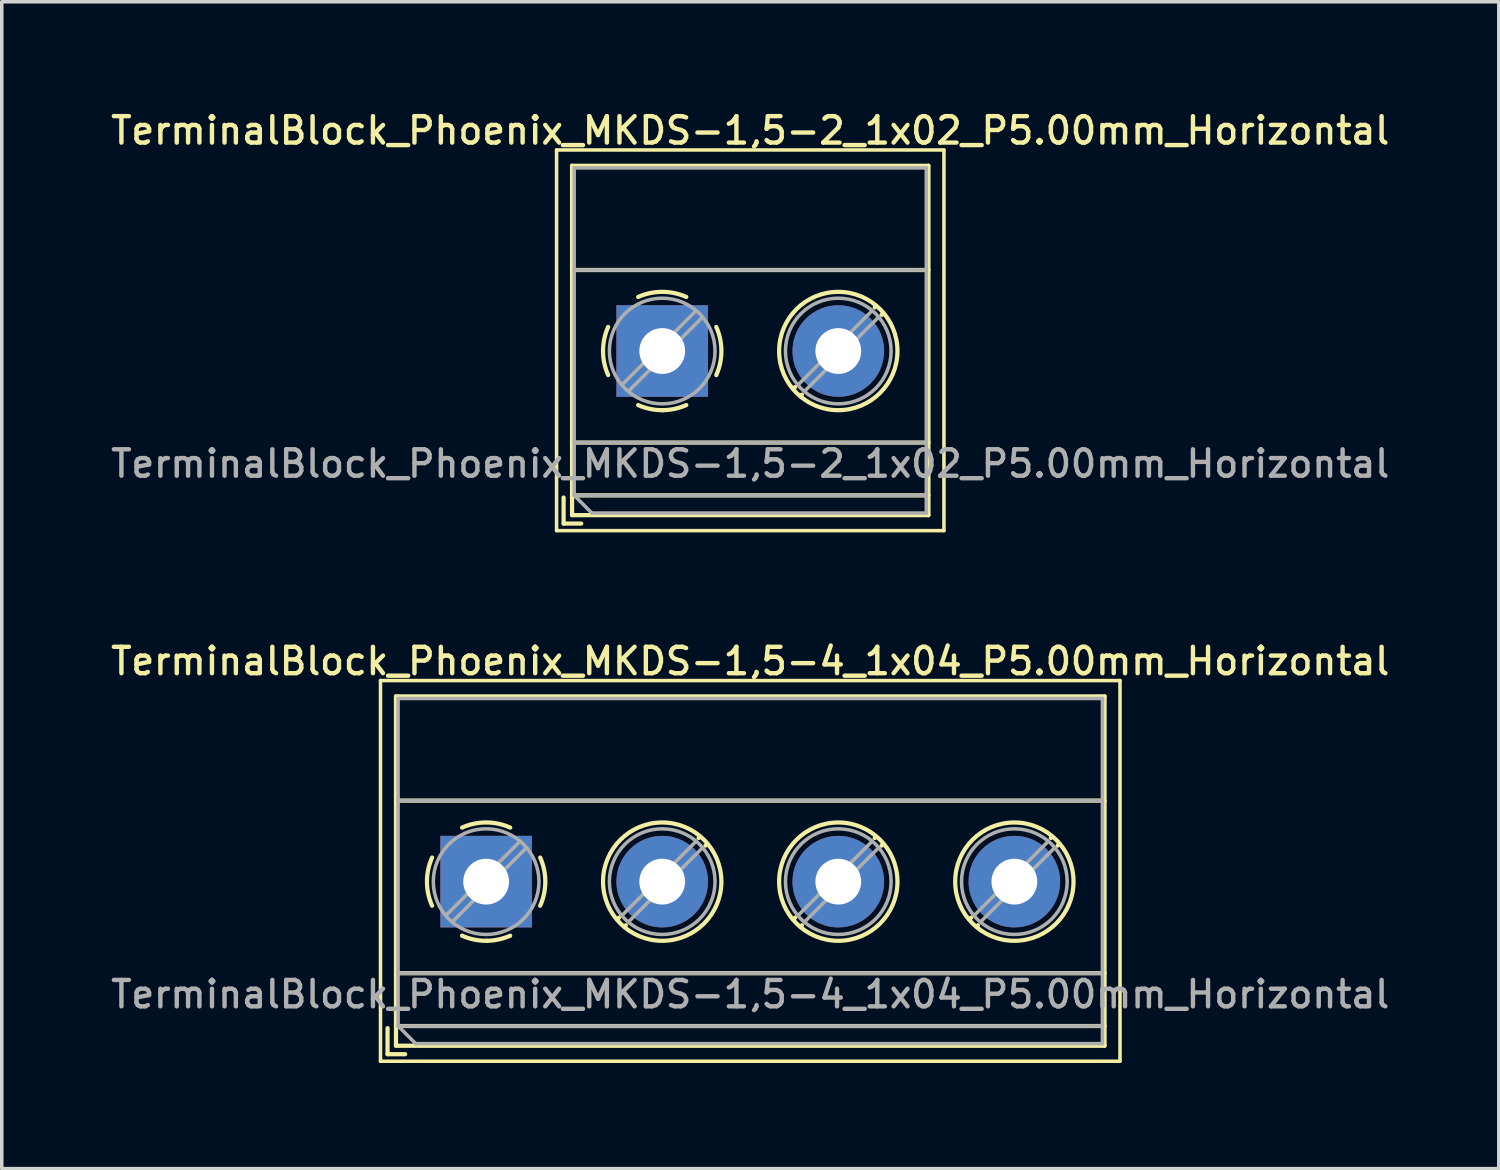
<source format=kicad_pcb>
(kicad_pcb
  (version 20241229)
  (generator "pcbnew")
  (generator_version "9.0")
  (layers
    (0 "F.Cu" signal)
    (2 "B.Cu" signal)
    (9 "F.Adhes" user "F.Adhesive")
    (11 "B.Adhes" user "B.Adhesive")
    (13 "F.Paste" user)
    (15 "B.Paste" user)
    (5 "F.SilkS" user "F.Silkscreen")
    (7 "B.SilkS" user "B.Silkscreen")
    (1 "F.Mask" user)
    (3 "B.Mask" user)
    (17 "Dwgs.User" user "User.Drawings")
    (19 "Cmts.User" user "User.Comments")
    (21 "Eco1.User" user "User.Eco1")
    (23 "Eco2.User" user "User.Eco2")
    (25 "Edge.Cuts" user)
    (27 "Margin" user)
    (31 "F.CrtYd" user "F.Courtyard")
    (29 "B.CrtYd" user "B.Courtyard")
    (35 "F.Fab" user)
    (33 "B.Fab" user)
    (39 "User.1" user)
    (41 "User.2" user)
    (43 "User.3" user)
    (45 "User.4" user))
  (footprint "TerminalBlock_Phoenix_MKDS-1,5-4_1x04_P5.00mm_Horizontal"
    (layer "F.Cu")
    (at 10.755 21.986)
    (property "Reference" "TerminalBlock_Phoenix_MKDS-1,5-4_1x04_P5.00mm_Horizontal" (at 7.5 -6.26 0) (layer "F.SilkS") (effects (font (size 0.75 0.75) (thickness 0.125))))
    (attr through_hole)
    (fp_line (start -3 -5.71) (end -3 5.1) (stroke (width 0.1) (type solid)) (layer "F.SilkS"))
    (fp_line (start -3 5.1) (end 18 5.1) (stroke (width 0.1) (type solid)) (layer "F.SilkS"))
    (fp_line (start -2.8 4.16) (end -2.8 4.9) (stroke (width 0.12) (type solid)) (layer "F.SilkS"))
    (fp_line (start -2.8 4.9) (end -2.3 4.9) (stroke (width 0.12) (type solid)) (layer "F.SilkS"))
    (fp_line (start -2.56 -5.261) (end -2.56 4.66) (stroke (width 0.12) (type solid)) (layer "F.SilkS"))
    (fp_line (start -2.56 -5.261) (end 17.561 -5.261) (stroke (width 0.12) (type solid)) (layer "F.SilkS"))
    (fp_line (start -2.56 -2.301) (end 17.561 -2.301) (stroke (width 0.12) (type solid)) (layer "F.SilkS"))
    (fp_line (start -2.56 2.6) (end 17.561 2.6) (stroke (width 0.12) (type solid)) (layer "F.SilkS"))
    (fp_line (start -2.56 4.1) (end 17.561 4.1) (stroke (width 0.12) (type solid)) (layer "F.SilkS"))
    (fp_line (start -2.56 4.66) (end 17.561 4.66) (stroke (width 0.12) (type solid)) (layer "F.SilkS"))
    (fp_line (start 3.773 1.023) (end 3.726 1.069) (stroke (width 0.12) (type solid)) (layer "F.SilkS"))
    (fp_line (start 3.966 1.239) (end 3.931 1.274) (stroke (width 0.12) (type solid)) (layer "F.SilkS"))
    (fp_line (start 6.07 -1.275) (end 6.035 -1.239) (stroke (width 0.12) (type solid)) (layer "F.SilkS"))
    (fp_line (start 6.275 -1.069) (end 6.228 -1.023) (stroke (width 0.12) (type solid)) (layer "F.SilkS"))
    (fp_line (start 8.773 1.023) (end 8.726 1.069) (stroke (width 0.12) (type solid)) (layer "F.SilkS"))
    (fp_line (start 8.966 1.239) (end 8.931 1.274) (stroke (width 0.12) (type solid)) (layer "F.SilkS"))
    (fp_line (start 11.07 -1.275) (end 11.035 -1.239) (stroke (width 0.12) (type solid)) (layer "F.SilkS"))
    (fp_line (start 11.275 -1.069) (end 11.228 -1.023) (stroke (width 0.12) (type solid)) (layer "F.SilkS"))
    (fp_line (start 13.773 1.023) (end 13.726 1.069) (stroke (width 0.12) (type solid)) (layer "F.SilkS"))
    (fp_line (start 13.966 1.239) (end 13.931 1.274) (stroke (width 0.12) (type solid)) (layer "F.SilkS"))
    (fp_line (start 16.07 -1.275) (end 16.035 -1.239) (stroke (width 0.12) (type solid)) (layer "F.SilkS"))
    (fp_line (start 16.275 -1.069) (end 16.228 -1.023) (stroke (width 0.12) (type solid)) (layer "F.SilkS"))
    (fp_line (start 17.561 -5.261) (end 17.561 4.66) (stroke (width 0.12) (type solid)) (layer "F.SilkS"))
    (fp_line (start 18 -5.71) (end -3 -5.71) (stroke (width 0.1) (type solid)) (layer "F.SilkS"))
    (fp_line (start 18 5.1) (end 18 -5.71) (stroke (width 0.1) (type solid)) (layer "F.SilkS"))
    (fp_arc (start -1.535427 0.683042) (mid -1.680501 -0.000524) (end -1.535 -0.684) (stroke (width 0.12) (type solid)) (layer "F.SilkS"))
    (fp_arc (start -0.683042 -1.535427) (mid 0.000524 -1.680501) (end 0.684 -1.535) (stroke (width 0.12) (type solid)) (layer "F.SilkS"))
    (fp_arc (start 0.028805 1.680253) (mid -0.335551 1.646659) (end -0.684 1.535) (stroke (width 0.12) (type solid)) (layer "F.SilkS"))
    (fp_arc (start 0.683318 1.534756) (mid 0.349292 1.643288) (end 0 1.68) (stroke (width 0.12) (type solid)) (layer "F.SilkS"))
    (fp_arc (start 1.535427 -0.683042) (mid 1.680501 0.000524) (end 1.535 0.684) (stroke (width 0.12) (type solid)) (layer "F.SilkS"))
    (fp_circle (center 5 0) (end 6.68 0) (stroke (width 0.12) (type solid)) (fill no) (layer "F.SilkS"))
    (fp_circle (center 10 0) (end 11.68 0) (stroke (width 0.12) (type solid)) (fill no) (layer "F.SilkS"))
    (fp_circle (center 15 0) (end 16.68 0) (stroke (width 0.12) (type solid)) (fill no) (layer "F.SilkS"))
    (fp_line (start -2.5 -5.2) (end 17.5 -5.2) (stroke (width 0.1) (type solid)) (layer "F.Fab"))
    (fp_line (start -2.5 -2.3) (end 17.5 -2.3) (stroke (width 0.1) (type solid)) (layer "F.Fab"))
    (fp_line (start -2.5 2.6) (end 17.5 2.6) (stroke (width 0.1) (type solid)) (layer "F.Fab"))
    (fp_line (start -2.5 4.1) (end -2.5 -5.2) (stroke (width 0.1) (type solid)) (layer "F.Fab"))
    (fp_line (start -2.5 4.1) (end 17.5 4.1) (stroke (width 0.1) (type solid)) (layer "F.Fab"))
    (fp_line (start -2 4.6) (end -2.5 4.1) (stroke (width 0.1) (type solid)) (layer "F.Fab"))
    (fp_line (start 0.955 -1.138) (end -1.138 0.955) (stroke (width 0.1) (type solid)) (layer "F.Fab"))
    (fp_line (start 1.138 -0.955) (end -0.955 1.138) (stroke (width 0.1) (type solid)) (layer "F.Fab"))
    (fp_line (start 5.955 -1.138) (end 3.863 0.955) (stroke (width 0.1) (type solid)) (layer "F.Fab"))
    (fp_line (start 6.138 -0.955) (end 4.046 1.138) (stroke (width 0.1) (type solid)) (layer "F.Fab"))
    (fp_line (start 10.955 -1.138) (end 8.863 0.955) (stroke (width 0.1) (type solid)) (layer "F.Fab"))
    (fp_line (start 11.138 -0.955) (end 9.046 1.138) (stroke (width 0.1) (type solid)) (layer "F.Fab"))
    (fp_line (start 15.955 -1.138) (end 13.863 0.955) (stroke (width 0.1) (type solid)) (layer "F.Fab"))
    (fp_line (start 16.138 -0.955) (end 14.046 1.138) (stroke (width 0.1) (type solid)) (layer "F.Fab"))
    (fp_line (start 17.5 -5.2) (end 17.5 4.6) (stroke (width 0.1) (type solid)) (layer "F.Fab"))
    (fp_line (start 17.5 4.6) (end -2 4.6) (stroke (width 0.1) (type solid)) (layer "F.Fab"))
    (fp_circle (center 0 0) (end 1.5 0) (stroke (width 0.1) (type solid)) (fill no) (layer "F.Fab"))
    (fp_circle (center 5 0) (end 6.5 0) (stroke (width 0.1) (type solid)) (fill no) (layer "F.Fab"))
    (fp_circle (center 10 0) (end 11.5 0) (stroke (width 0.1) (type solid)) (fill no) (layer "F.Fab"))
    (fp_circle (center 15 0) (end 16.5 0) (stroke (width 0.1) (type solid)) (fill no) (layer "F.Fab"))
    (fp_text user "${REFERENCE}" (at 7.5 3.2 0) (layer "F.Fab") (effects (font (size 0.75 0.75) (thickness 0.125))))
    (pad "1" thru_hole rect (at 0 0) (size 2.6 2.6) (drill 1.3) (layers "*.Cu" "*.Mask"))
    (pad "2" thru_hole circle (at 5 0) (size 2.6 2.6) (drill 1.3) (layers "*.Cu" "*.Mask"))
    (pad "3" thru_hole circle (at 10 0) (size 2.6 2.6) (drill 1.3) (layers "*.Cu" "*.Mask"))
    (pad "4" thru_hole circle (at 15 0) (size 2.6 2.6) (drill 1.3) (layers "*.Cu" "*.Mask")))
  (footprint "TerminalBlock_Phoenix_MKDS-1,5-2_1x02_P5.00mm_Horizontal"
    (layer "F.Cu")
    (at 15.755 6.918)
    (property "Reference" "TerminalBlock_Phoenix_MKDS-1,5-2_1x02_P5.00mm_Horizontal" (at 2.5 -6.26 0) (layer "F.SilkS") (effects (font (size 0.75 0.75) (thickness 0.125))))
    (attr through_hole)
    (fp_line (start -3 -5.71) (end -3 5.1) (stroke (width 0.1) (type solid)) (layer "F.SilkS"))
    (fp_line (start -3 5.1) (end 8 5.1) (stroke (width 0.1) (type solid)) (layer "F.SilkS"))
    (fp_line (start -2.8 4.16) (end -2.8 4.9) (stroke (width 0.12) (type solid)) (layer "F.SilkS"))
    (fp_line (start -2.8 4.9) (end -2.3 4.9) (stroke (width 0.12) (type solid)) (layer "F.SilkS"))
    (fp_line (start -2.56 -5.261) (end -2.56 4.66) (stroke (width 0.12) (type solid)) (layer "F.SilkS"))
    (fp_line (start -2.56 -5.261) (end 7.56 -5.261) (stroke (width 0.12) (type solid)) (layer "F.SilkS"))
    (fp_line (start -2.56 -2.301) (end 7.56 -2.301) (stroke (width 0.12) (type solid)) (layer "F.SilkS"))
    (fp_line (start -2.56 2.6) (end 7.56 2.6) (stroke (width 0.12) (type solid)) (layer "F.SilkS"))
    (fp_line (start -2.56 4.1) (end 7.56 4.1) (stroke (width 0.12) (type solid)) (layer "F.SilkS"))
    (fp_line (start -2.56 4.66) (end 7.56 4.66) (stroke (width 0.12) (type solid)) (layer "F.SilkS"))
    (fp_line (start 3.773 1.023) (end 3.726 1.069) (stroke (width 0.12) (type solid)) (layer "F.SilkS"))
    (fp_line (start 3.966 1.239) (end 3.931 1.274) (stroke (width 0.12) (type solid)) (layer "F.SilkS"))
    (fp_line (start 6.07 -1.275) (end 6.035 -1.239) (stroke (width 0.12) (type solid)) (layer "F.SilkS"))
    (fp_line (start 6.275 -1.069) (end 6.228 -1.023) (stroke (width 0.12) (type solid)) (layer "F.SilkS"))
    (fp_line (start 7.56 -5.261) (end 7.56 4.66) (stroke (width 0.12) (type solid)) (layer "F.SilkS"))
    (fp_line (start 8 -5.71) (end -3 -5.71) (stroke (width 0.1) (type solid)) (layer "F.SilkS"))
    (fp_line (start 8 5.1) (end 8 -5.71) (stroke (width 0.1) (type solid)) (layer "F.SilkS"))
    (fp_arc (start -1.535427 0.683042) (mid -1.680501 -0.000524) (end -1.535 -0.684) (stroke (width 0.12) (type solid)) (layer "F.SilkS"))
    (fp_arc (start -0.683042 -1.535427) (mid 0.000524 -1.680501) (end 0.684 -1.535) (stroke (width 0.12) (type solid)) (layer "F.SilkS"))
    (fp_arc (start 0.028805 1.680253) (mid -0.335551 1.646659) (end -0.684 1.535) (stroke (width 0.12) (type solid)) (layer "F.SilkS"))
    (fp_arc (start 0.683318 1.534756) (mid 0.349292 1.643288) (end 0 1.68) (stroke (width 0.12) (type solid)) (layer "F.SilkS"))
    (fp_arc (start 1.535427 -0.683042) (mid 1.680501 0.000524) (end 1.535 0.684) (stroke (width 0.12) (type solid)) (layer "F.SilkS"))
    (fp_circle (center 5 0) (end 6.68 0) (stroke (width 0.12) (type solid)) (fill no) (layer "F.SilkS"))
    (fp_line (start -2.5 -5.2) (end 7.5 -5.2) (stroke (width 0.1) (type solid)) (layer "F.Fab"))
    (fp_line (start -2.5 -2.3) (end 7.5 -2.3) (stroke (width 0.1) (type solid)) (layer "F.Fab"))
    (fp_line (start -2.5 2.6) (end 7.5 2.6) (stroke (width 0.1) (type solid)) (layer "F.Fab"))
    (fp_line (start -2.5 4.1) (end -2.5 -5.2) (stroke (width 0.1) (type solid)) (layer "F.Fab"))
    (fp_line (start -2.5 4.1) (end 7.5 4.1) (stroke (width 0.1) (type solid)) (layer "F.Fab"))
    (fp_line (start -2 4.6) (end -2.5 4.1) (stroke (width 0.1) (type solid)) (layer "F.Fab"))
    (fp_line (start 0.955 -1.138) (end -1.138 0.955) (stroke (width 0.1) (type solid)) (layer "F.Fab"))
    (fp_line (start 1.138 -0.955) (end -0.955 1.138) (stroke (width 0.1) (type solid)) (layer "F.Fab"))
    (fp_line (start 5.955 -1.138) (end 3.863 0.955) (stroke (width 0.1) (type solid)) (layer "F.Fab"))
    (fp_line (start 6.138 -0.955) (end 4.046 1.138) (stroke (width 0.1) (type solid)) (layer "F.Fab"))
    (fp_line (start 7.5 -5.2) (end 7.5 4.6) (stroke (width 0.1) (type solid)) (layer "F.Fab"))
    (fp_line (start 7.5 4.6) (end -2 4.6) (stroke (width 0.1) (type solid)) (layer "F.Fab"))
    (fp_circle (center 0 0) (end 1.5 0) (stroke (width 0.1) (type solid)) (fill no) (layer "F.Fab"))
    (fp_circle (center 5 0) (end 6.5 0) (stroke (width 0.1) (type solid)) (fill no) (layer "F.Fab"))
    (fp_text user "${REFERENCE}" (at 2.5 3.2 0) (layer "F.Fab") (effects (font (size 0.75 0.75) (thickness 0.125))))
    (pad "1" thru_hole rect (at 0 0) (size 2.6 2.6) (drill 1.3) (layers "*.Cu" "*.Mask"))
    (pad "2" thru_hole circle (at 5 0) (size 2.6 2.6) (drill 1.3) (layers "*.Cu" "*.Mask")))
  (gr_rect
    (start -3 -3)
    (end 39.511 30.136)
    (stroke (width 0.1) (type default))
    (fill no)
    (layer "Edge.Cuts")))
</source>
